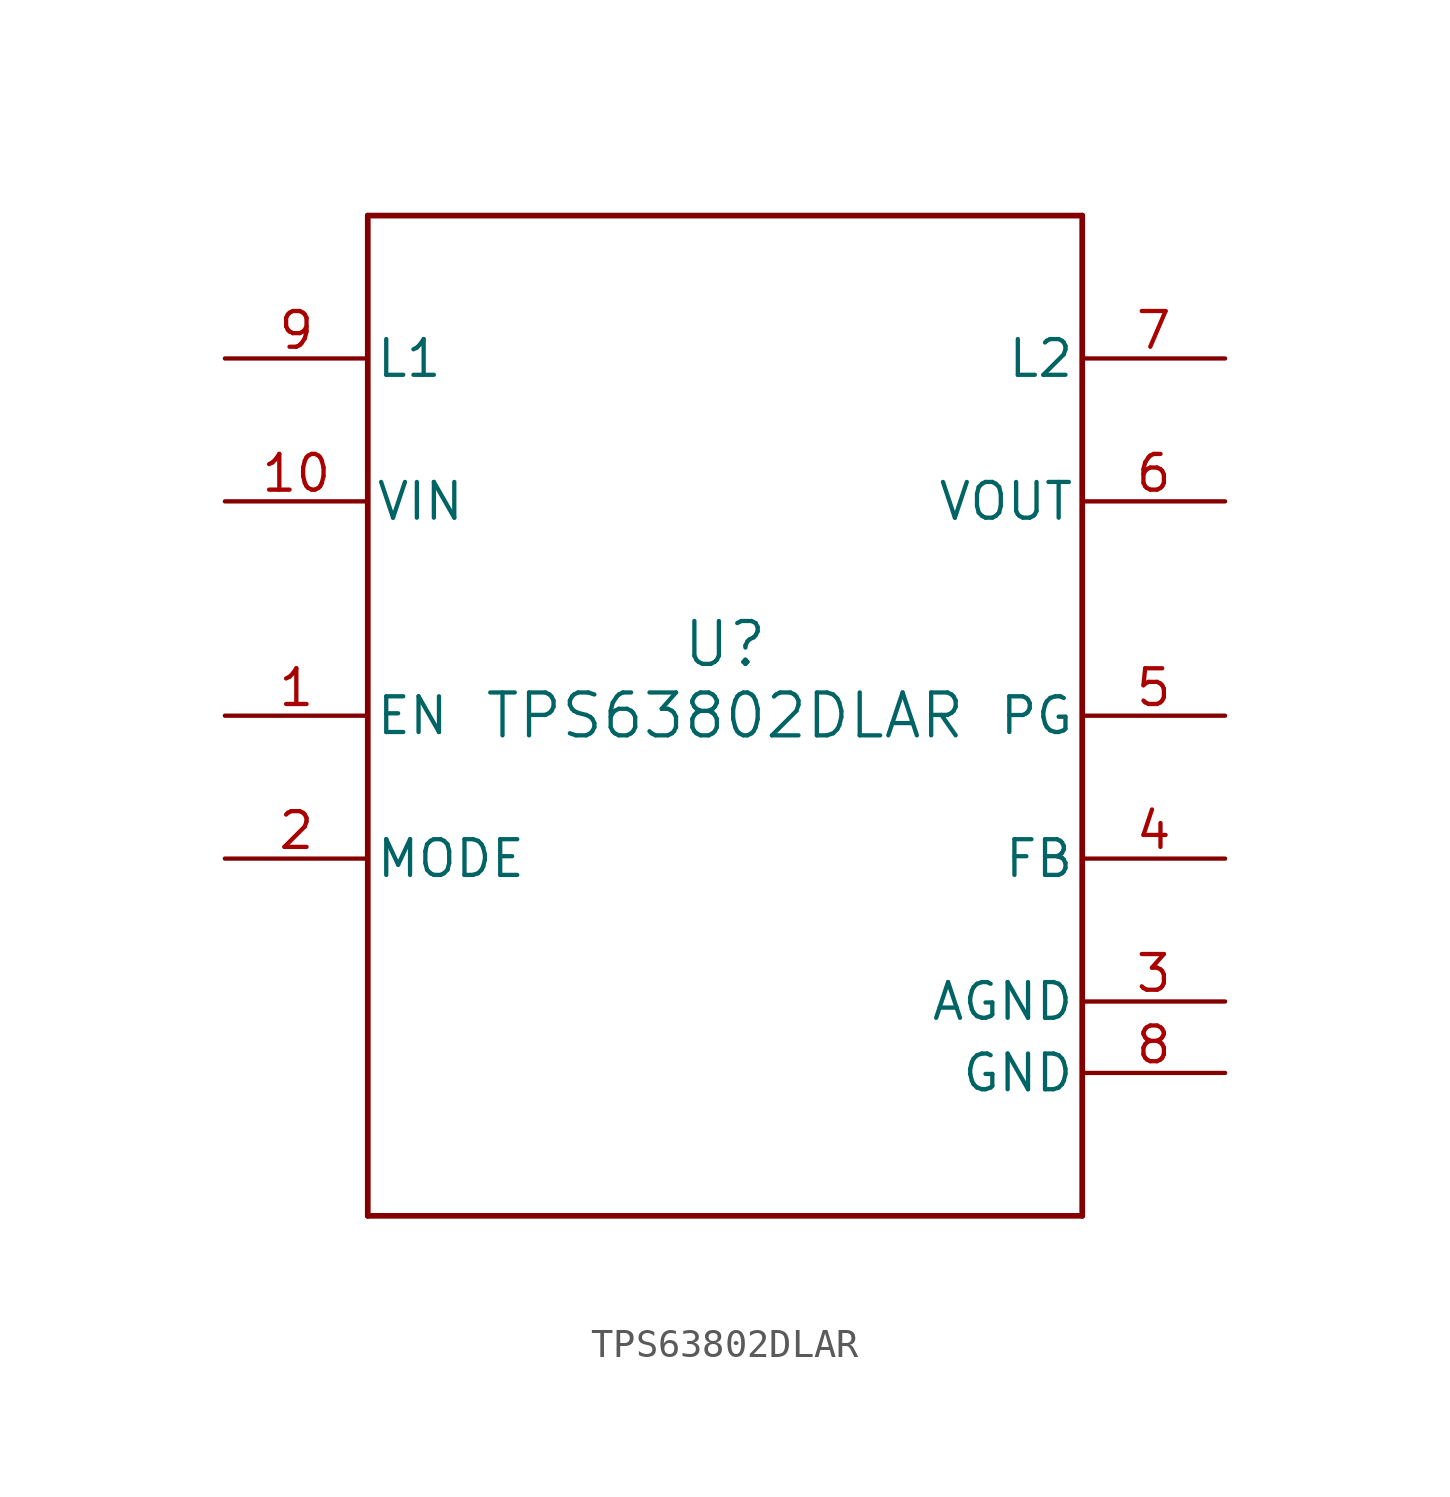
<source format=kicad_sym>
(kicad_symbol_lib
  (version 20211014)
  (generator kicad_symbol_editor)
  (symbol "TPS63802DLAR"
    (pin_names
      (offset 0.254))
    (property "Reference" "U"
      (at 0 2.54 0)
      (effects (font (size 1.524 1.524))))
    (property "Value" "TPS63802DLAR"
      (at 0 0 0)
      (effects (font (size 1.524 1.524))))
    (symbol "TPS63802DLAR_0_1"
      (polyline (pts (xy -12.7 -17.78) (xy 12.7 -17.78)) (stroke (width 0.203) (type default) (color 0 0 0 0)) (fill (type none)))
      (polyline (pts (xy 12.7 -17.78) (xy 12.7 17.78)) (stroke (width 0.203) (type default) (color 0 0 0 0)) (fill (type none)))
      (polyline (pts (xy 12.7 17.78) (xy -12.7 17.78)) (stroke (width 0.203) (type default) (color 0 0 0 0)) (fill (type none)))
      (polyline (pts (xy -12.7 17.78) (xy -12.7 -17.78)) (stroke (width 0.203) (type default) (color 0 0 0 0)) (fill (type none)))
      (pin input line (at -17.78 0 0) (length 5.08) (name "EN" (effects (font (size 1.27 1.27)))) (number "1" (effects (font (size 1.27 1.27)))))
      (pin input line (at -17.78 -5.08 0) (length 5.08) (name "MODE" (effects (font (size 1.27 1.27)))) (number "2" (effects (font (size 1.27 1.27)))))
      (pin power_in line (at 17.78 -10.16 180) (length 5.08) (name "AGND" (effects (font (size 1.27 1.27)))) (number "3" (effects (font (size 1.27 1.27)))))
      (pin input line (at 17.78 -5.08 180) (length 5.08) (name "FB" (effects (font (size 1.27 1.27)))) (number "4" (effects (font (size 1.27 1.27)))))
      (pin open_collector line (at 17.78 0 180) (length 5.08) (name "PG" (effects (font (size 1.27 1.27)))) (number "5" (effects (font (size 1.27 1.27)))))
      (pin power_in line (at 17.78 7.62 180) (length 5.08) (name "VOUT" (effects (font (size 1.27 1.27)))) (number "6" (effects (font (size 1.27 1.27)))))
      (pin unspecified line (at 17.78 12.7 180) (length 5.08) (name "L2" (effects (font (size 1.27 1.27)))) (number "7" (effects (font (size 1.27 1.27)))))
      (pin power_in line (at 17.78 -12.7 180) (length 5.08) (name "GND" (effects (font (size 1.27 1.27)))) (number "8" (effects (font (size 1.27 1.27)))))
      (pin unspecified line (at -17.78 12.7 0) (length 5.08) (name "L1" (effects (font (size 1.27 1.27)))) (number "9" (effects (font (size 1.27 1.27)))))
      (pin power_in line (at -17.78 7.62 0) (length 5.08) (name "VIN" (effects (font (size 1.27 1.27)))) (number "10" (effects (font (size 1.27 1.27))))))))
</source>
